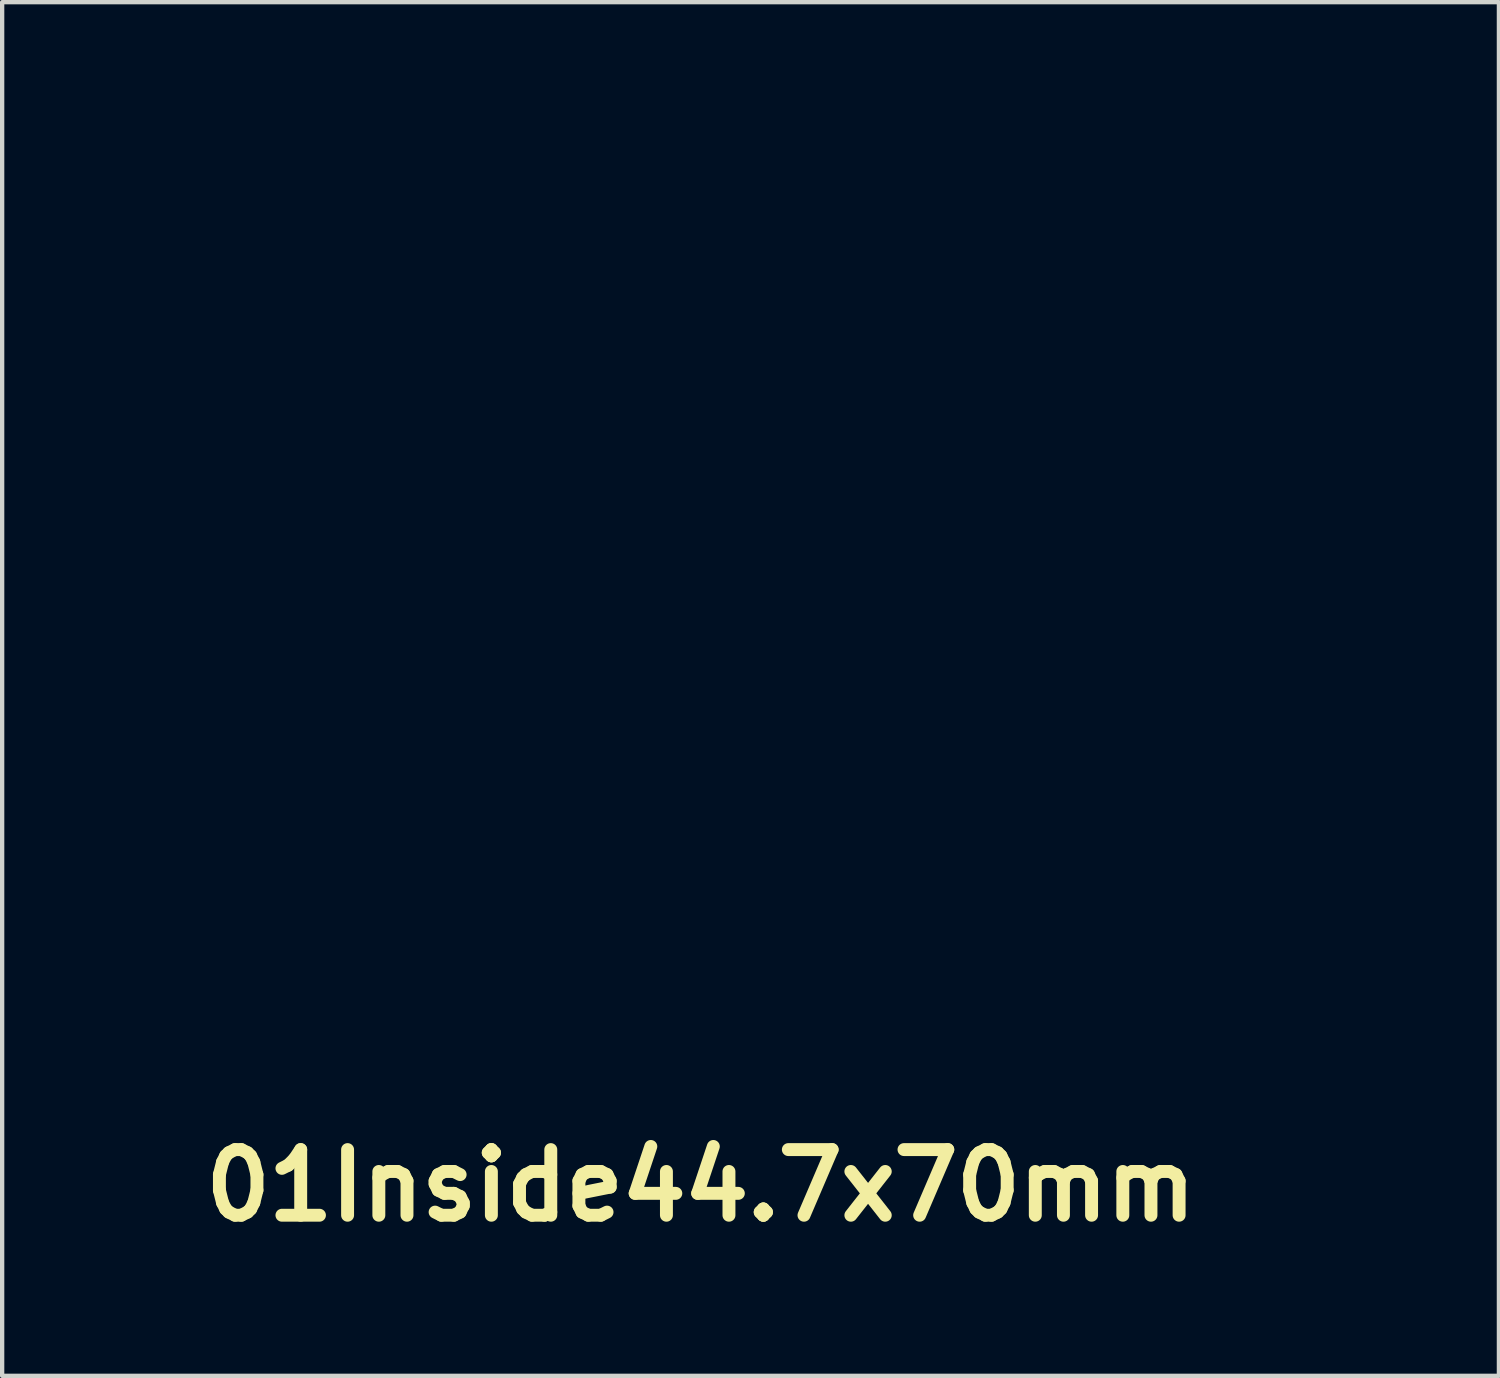
<source format=kicad_pcb>
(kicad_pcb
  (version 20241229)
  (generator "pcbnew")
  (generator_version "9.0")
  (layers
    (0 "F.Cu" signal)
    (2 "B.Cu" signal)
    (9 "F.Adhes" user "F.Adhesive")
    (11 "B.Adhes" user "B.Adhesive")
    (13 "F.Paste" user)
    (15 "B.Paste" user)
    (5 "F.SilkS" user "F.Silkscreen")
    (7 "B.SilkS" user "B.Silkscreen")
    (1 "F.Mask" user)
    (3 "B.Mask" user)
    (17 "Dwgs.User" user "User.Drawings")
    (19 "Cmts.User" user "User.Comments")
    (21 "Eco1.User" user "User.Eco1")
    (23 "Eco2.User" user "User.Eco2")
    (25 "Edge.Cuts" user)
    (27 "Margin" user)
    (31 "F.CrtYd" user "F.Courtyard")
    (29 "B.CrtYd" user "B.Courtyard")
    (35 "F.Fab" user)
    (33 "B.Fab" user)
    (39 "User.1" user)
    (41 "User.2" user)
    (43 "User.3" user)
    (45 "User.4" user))
  (footprint "01Inside44.7x70mm"
    (layer "F.Cu")
    (at 13.22 24.473)
    (property "Reference" "01Inside44.7x70mm" (at 0 0 0) (layer "F.SilkS") (effects (font (size 1.524 1.524) (thickness 0.3))))
    (attr board_only exclude_from_pos_files exclude_from_bom)
    (fp_poly (pts (xy -10.792 -5.832) (xy -10.847 -5.778) (xy -10.901 -5.832) (xy -10.847 -5.887)) (stroke (width 0) (type solid)) (fill yes) (layer "F.Mask"))
    (fp_poly (pts (xy -0.545 -3.107) (xy -0.6 -3.052) (xy -0.654 -3.107) (xy -0.6 -3.161)) (stroke (width 0) (type solid)) (fill yes) (layer "F.Mask"))
    (fp_poly (pts (xy 7.576 -5.297) (xy 8.063 -4.863) (xy 8.459 -4.287) (xy 8.727 -3.64) (xy 8.828 -2.992) (xy 8.828 -2.967) (xy 8.806 -2.598) (xy 8.728 -2.421) (xy 8.577 -2.433) (xy 8.331 -2.63) (xy 8.132 -2.834) (xy 7.604 -3.515) (xy 7.272 -4.232) (xy 7.139 -4.811) (xy 7.118 -5.196) (xy 7.198 -5.39) (xy 7.384 -5.398)) (stroke (width 0) (type solid)) (fill yes) (layer "F.Mask"))
    (fp_poly (pts (xy 9.239 -23.475) (xy 9.21 -22.96) (xy 9.155 -22.573) (xy 9.052 -22.227) (xy 8.88 -21.832) (xy 8.784 -21.634) (xy 8.299 -20.828) (xy 7.65 -20.055) (xy 7.612 -20.017) (xy 6.857 -19.241) (xy 6.93 -19.949) (xy 7.113 -21.064) (xy 7.424 -22.029) (xy 7.878 -22.882) (xy 8.493 -23.66) (xy 8.591 -23.763) (xy 9.278 -24.473)) (stroke (width 0) (type solid)) (fill yes) (layer "F.Mask"))
    (fp_poly (pts (xy -6.262 -23.839) (xy -5.581 -22.961) (xy -5.073 -21.952) (xy -4.803 -21.11) (xy -4.66 -20.5) (xy -4.561 -19.983) (xy -4.51 -19.59) (xy -4.51 -19.353) (xy -4.548 -19.295) (xy -4.664 -19.368) (xy -4.884 -19.56) (xy -5.164 -19.832) (xy -5.199 -19.868) (xy -5.933 -20.752) (xy -6.454 -21.683) (xy -6.764 -22.663) (xy -6.864 -23.695) (xy -6.86 -24.473)) (stroke (width 0) (type solid)) (fill yes) (layer "F.Mask"))
    (fp_poly (pts (xy -4.71 -5.465) (xy -4.7 -5.217) (xy -4.747 -4.865) (xy -4.842 -4.461) (xy -4.977 -4.057) (xy -5.048 -3.889) (xy -5.27 -3.494) (xy -5.573 -3.06) (xy -5.806 -2.78) (xy -6.074 -2.497) (xy -6.238 -2.362) (xy -6.332 -2.354) (xy -6.383 -2.433) (xy -6.427 -2.731) (xy -6.404 -3.152) (xy -6.324 -3.615) (xy -6.199 -4.041) (xy -6.123 -4.215) (xy -5.943 -4.493) (xy -5.681 -4.81) (xy -5.383 -5.121) (xy -5.097 -5.378) (xy -4.868 -5.534) (xy -4.784 -5.56)) (stroke (width 0) (type solid)) (fill yes) (layer "F.Mask"))
    (fp_poly (pts (xy -9.574 -13.367) (xy -9.208 -13.291) (xy -9.115 -13.268) (xy -8.735 -13.157) (xy -8.373 -13.021) (xy -8.077 -12.884) (xy -7.896 -12.768) (xy -7.873 -12.7) (xy -7.982 -12.657) (xy -8.258 -12.56) (xy -8.661 -12.421) (xy -9.152 -12.254) (xy -9.238 -12.225) (xy -10.199 -11.933) (xy -11.01 -11.762) (xy -11.701 -11.706) (xy -12.302 -11.764) (xy -12.591 -11.838) (xy -12.916 -11.95) (xy -13.152 -12.049) (xy -13.22 -12.09) (xy -13.181 -12.178) (xy -12.976 -12.319) (xy -12.646 -12.497) (xy -12.232 -12.693) (xy -11.773 -12.889) (xy -11.311 -13.065) (xy -10.885 -13.204) (xy -10.636 -13.268) (xy -10.195 -13.356) (xy -9.872 -13.389)) (stroke (width 0) (type solid)) (fill yes) (layer "F.Mask"))
    (fp_poly (pts (xy 12.011 -13.519) (xy 12.29 -13.448) (xy 12.706 -13.319) (xy 13.227 -13.144) (xy 13.761 -12.955) (xy 14.342 -12.737) (xy 14.841 -12.538) (xy 15.225 -12.373) (xy 15.464 -12.254) (xy 15.527 -12.198) (xy 15.362 -12.087) (xy 15.038 -11.976) (xy 14.614 -11.879) (xy 14.149 -11.809) (xy 13.702 -11.778) (xy 13.634 -11.777) (xy 13.217 -11.803) (xy 12.75 -11.884) (xy 12.184 -12.031) (xy 11.528 -12.234) (xy 11.018 -12.405) (xy 10.592 -12.556) (xy 10.288 -12.673) (xy 10.145 -12.742) (xy 10.138 -12.75) (xy 10.233 -12.812) (xy 10.488 -12.924) (xy 10.853 -13.066) (xy 11.005 -13.121) (xy 11.404 -13.272) (xy 11.714 -13.407) (xy 11.886 -13.503) (xy 11.904 -13.524)) (stroke (width 0) (type solid)) (fill yes) (layer "F.Mask"))
    (fp_poly (pts (xy -1.33 -22.194) (xy -1.066 -22.08) (xy -0.828 -21.968) (xy -0.129 -21.714) (xy 0.663 -21.57) (xy 1.483 -21.536) (xy 2.268 -21.614) (xy 2.954 -21.804) (xy 3.165 -21.901) (xy 3.577 -22.115) (xy 3.149 -21.189) (xy 2.923 -20.659) (xy 2.707 -20.087) (xy 2.541 -19.577) (xy 2.514 -19.479) (xy 2.416 -19.06) (xy 2.332 -18.613) (xy 2.269 -18.188) (xy 2.234 -17.837) (xy 2.232 -17.61) (xy 2.259 -17.551) (xy 2.319 -17.644) (xy 2.455 -17.9) (xy 2.649 -18.286) (xy 2.884 -18.766) (xy 3.013 -19.034) (xy 3.261 -19.545) (xy 3.478 -19.973) (xy 3.647 -20.286) (xy 3.749 -20.45) (xy 3.77 -20.467) (xy 3.777 -20.341) (xy 3.741 -20.073) (xy 3.698 -19.85) (xy 3.632 -19.376) (xy 3.652 -19.012) (xy 3.754 -18.796) (xy 3.866 -18.75) (xy 3.921 -18.694) (xy 3.886 -18.511) (xy 3.756 -18.174) (xy 3.645 -17.924) (xy 3.479 -17.532) (xy 3.369 -17.211) (xy 3.33 -17.015) (xy 3.337 -16.987) (xy 3.484 -16.92) (xy 3.665 -16.926) (xy 3.862 -16.948) (xy 3.924 -16.932) (xy 3.868 -16.826) (xy 3.722 -16.593) (xy 3.541 -16.32) (xy 3.158 -15.752) (xy 3.7 -15.72) (xy 4.069 -15.672) (xy 4.317 -15.557) (xy 4.519 -15.357) (xy 4.698 -15.11) (xy 4.792 -14.914) (xy 4.797 -14.884) (xy 4.895 -14.72) (xy 5.158 -14.624) (xy 5.362 -14.608) (xy 5.552 -14.678) (xy 5.835 -14.86) (xy 6.131 -15.102) (xy 6.764 -15.609) (xy 7.446 -16.023) (xy 8.218 -16.363) (xy 9.123 -16.647) (xy 10.193 -16.893) (xy 11.383 -17.219) (xy 12.426 -17.697) (xy 13.341 -18.335) (xy 13.541 -18.511) (xy 13.852 -18.789) (xy 14.017 -18.915) (xy 14.043 -18.895) (xy 13.976 -18.787) (xy 13.46 -18.188) (xy 12.805 -17.675) (xy 11.991 -17.24) (xy 11.002 -16.871) (xy 9.818 -16.559) (xy 9.811 -16.558) (xy 9.263 -16.417) (xy 8.704 -16.244) (xy 8.231 -16.068) (xy 8.107 -16.013) (xy 7.632 -15.762) (xy 7.131 -15.452) (xy 6.657 -15.119) (xy 6.261 -14.801) (xy 5.994 -14.533) (xy 5.951 -14.474) (xy 5.869 -14.271) (xy 5.775 -13.92) (xy 5.678 -13.478) (xy 5.59 -13.003) (xy 5.521 -12.554) (xy 5.481 -12.189) (xy 5.482 -11.965) (xy 5.488 -11.942) (xy 5.615 -11.834) (xy 5.874 -11.717) (xy 5.98 -11.682) (xy 6.28 -11.558) (xy 6.681 -11.346) (xy 7.11 -11.088) (xy 7.217 -11.017) (xy 7.531 -10.797) (xy 7.84 -10.553) (xy 8.169 -10.263) (xy 8.54 -9.903) (xy 8.979 -9.451) (xy 9.508 -8.883) (xy 10.151 -8.176) (xy 10.275 -8.038) (xy 10.68 -7.61) (xy 11.082 -7.232) (xy 11.527 -6.87) (xy 12.062 -6.486) (xy 12.731 -6.044) (xy 12.928 -5.918) (xy 13.009 -5.85) (xy 12.932 -5.855) (xy 12.739 -5.917) (xy 12.471 -6.02) (xy 12.17 -6.149) (xy 11.877 -6.288) (xy 11.668 -6.4) (xy 11.46 -6.552) (xy 11.124 -6.836) (xy 10.685 -7.227) (xy 10.169 -7.702) (xy 9.601 -8.238) (xy 9.008 -8.813) (xy 8.994 -8.827) (xy 8.209 -9.588) (xy 7.552 -10.201) (xy 7.005 -10.681) (xy 6.55 -11.04) (xy 6.167 -11.294) (xy 5.839 -11.455) (xy 5.547 -11.537) (xy 5.326 -11.555) (xy 5.055 -11.478) (xy 4.67 -11.243) (xy 4.262 -10.929) (xy 3.901 -10.628) (xy 3.677 -10.416) (xy 3.556 -10.242) (xy 3.506 -10.055) (xy 3.494 -9.806) (xy 3.493 -9.743) (xy 3.52 -9.406) (xy 3.596 -8.927) (xy 3.705 -8.373) (xy 3.835 -7.811) (xy 3.97 -7.309) (xy 4.094 -6.937) (xy 4.131 -6.799) (xy 4.039 -6.809) (xy 3.949 -6.855) (xy 3.731 -6.917) (xy 3.557 -6.812) (xy 3.422 -6.565) (xy 3.326 -6.172) (xy 3.281 -5.705) (xy 3.298 -5.234) (xy 3.302 -5.198) (xy 3.321 -5.007) (xy 3.306 -4.939) (xy 3.24 -5.012) (xy 3.11 -5.244) (xy 2.901 -5.652) (xy 2.872 -5.709) (xy 2.626 -6.236) (xy 2.395 -6.8) (xy 2.217 -7.306) (xy 2.174 -7.453) (xy 1.966 -8.23) (xy 2.005 -6.977) (xy 2.036 -6.343) (xy 2.094 -5.81) (xy 2.194 -5.286) (xy 2.352 -4.683) (xy 2.429 -4.415) (xy 2.574 -3.918) (xy 2.691 -3.505) (xy 2.769 -3.217) (xy 2.797 -3.093) (xy 2.797 -3.091) (xy 2.736 -3.166) (xy 2.597 -3.374) (xy 2.485 -3.553) (xy 2.077 -4.051) (xy 1.591 -4.361) (xy 1.049 -4.469) (xy 1.042 -4.469) (xy 0.803 -4.451) (xy 0.598 -4.374) (xy 0.372 -4.204) (xy 0.067 -3.907) (xy 0.016 -3.854) (xy -0.248 -3.595) (xy -0.431 -3.443) (xy -0.505 -3.419) (xy -0.5 -3.445) (xy -0.365 -3.851) (xy -0.229 -4.365) (xy -0.096 -4.951) (xy 0.027 -5.573) (xy 0.135 -6.196) (xy 0.222 -6.784) (xy 0.281 -7.3) (xy 0.308 -7.71) (xy 0.296 -7.977) (xy 0.244 -8.066) (xy 0.173 -7.967) (xy 0.052 -7.691) (xy -0.107 -7.271) (xy -0.292 -6.74) (xy -0.491 -6.131) (xy -0.691 -5.479) (xy -0.817 -5.101) (xy -0.936 -4.822) (xy -1.024 -4.692) (xy -1.036 -4.688) (xy -1.087 -4.792) (xy -1.112 -5.086) (xy -1.111 -5.546) (xy -1.107 -5.656) (xy -1.107 -6.311) (xy -1.167 -6.756) (xy -1.287 -6.992) (xy -1.467 -7.018) (xy -1.469 -7.017) (xy -1.632 -6.87) (xy -1.693 -6.747) (xy -1.788 -6.605) (xy -1.863 -6.601) (xy -1.927 -6.717) (xy -1.917 -6.744) (xy -1.852 -6.91) (xy -1.754 -7.232) (xy -1.635 -7.666) (xy -1.505 -8.17) (xy -1.374 -8.7) (xy -1.253 -9.213) (xy -1.152 -9.666) (xy -1.083 -10.015) (xy -1.055 -10.218) (xy -1.06 -10.251) (xy -1.401 -10.529) (xy -1.801 -10.824) (xy -2.216 -11.105) (xy -2.596 -11.34) (xy -2.896 -11.5) (xy -3.062 -11.554) (xy -3.486 -11.468) (xy -4.015 -11.223) (xy -4.622 -10.838) (xy -5.284 -10.332) (xy -5.977 -9.722) (xy -6.675 -9.026) (xy -7.094 -8.567) (xy -7.513 -8.107) (xy -7.942 -7.663) (xy -8.331 -7.285) (xy -8.631 -7.023) (xy -8.636 -7.019) (xy -8.953 -6.793) (xy -9.335 -6.55) (xy -9.737 -6.316) (xy -10.114 -6.114) (xy -10.419 -5.971) (xy -10.608 -5.911) (xy -10.642 -5.918) (xy -10.58 -5.994) (xy -10.375 -6.155) (xy -10.069 -6.367) (xy -10.004 -6.41) (xy -9.643 -6.663) (xy -9.258 -6.971) (xy -8.825 -7.354) (xy -8.322 -7.833) (xy -7.726 -8.43) (xy -7.015 -9.164) (xy -6.813 -9.376) (xy -5.942 -10.231) (xy -5.14 -10.892) (xy -4.394 -11.369) (xy -3.845 -11.618) (xy -3.529 -11.742) (xy -3.301 -11.845) (xy -3.239 -11.882) (xy -3.229 -12.011) (xy -3.263 -12.307) (xy -3.337 -12.725) (xy -3.437 -13.2) (xy -3.562 -13.736) (xy -3.664 -14.11) (xy -3.768 -14.374) (xy -3.898 -14.58) (xy -4.077 -14.779) (xy -4.263 -14.959) (xy -4.959 -15.499) (xy -5.816 -15.966) (xy -6.781 -16.335) (xy -7.685 -16.562) (xy -8.826 -16.831) (xy -9.778 -17.177) (xy -10.564 -17.609) (xy -11.202 -18.137) (xy -11.394 -18.346) (xy -11.632 -18.646) (xy -11.715 -18.802) (xy -11.653 -18.811) (xy -11.454 -18.674) (xy -11.129 -18.388) (xy -11.119 -18.379) (xy -10.401 -17.837) (xy -9.513 -17.382) (xy -8.491 -17.032) (xy -7.893 -16.891) (xy -6.756 -16.624) (xy -5.805 -16.308) (xy -5.007 -15.93) (xy -4.333 -15.475) (xy -3.821 -15.004) (xy -3.466 -14.706) (xy -3.149 -14.608) (xy -3.144 -14.608) (xy -2.946 -14.625) (xy -2.787 -14.705) (xy -2.621 -14.887) (xy -2.398 -15.211) (xy -2.366 -15.262) (xy -2.181 -15.503) (xy -1.979 -15.623) (xy -1.666 -15.672) (xy -1.604 -15.677) (xy -1.304 -15.715) (xy -1.118 -15.774) (xy -1.09 -15.807) (xy -1.143 -15.944) (xy -1.281 -16.208) (xy -1.472 -16.537) (xy -1.671 -16.885) (xy -1.753 -17.091) (xy -1.731 -17.188) (xy -1.69 -17.205) (xy -1.571 -17.282) (xy -1.536 -17.464) (xy -1.586 -17.783) (xy -1.722 -18.268) (xy -1.733 -18.304) (xy -1.826 -18.644) (xy -1.866 -18.883) (xy -1.848 -18.968) (xy -1.712 -18.89) (xy -1.69 -18.859) (xy -1.542 -18.754) (xy -1.51 -18.75) (xy -1.458 -18.847) (xy -1.44 -19.094) (xy -1.454 -19.427) (xy -1.497 -19.781) (xy -1.564 -20.092) (xy -1.579 -20.14) (xy -1.605 -20.331) (xy -1.555 -20.385) (xy -1.473 -20.292) (xy -1.319 -20.036) (xy -1.112 -19.651) (xy -0.871 -19.172) (xy -0.76 -18.941) (xy -0.496 -18.408) (xy -0.28 -18.005) (xy -0.123 -17.753) (xy -0.037 -17.673) (xy -0.027 -17.688) (xy -0.012 -18.058) (xy -0.086 -18.574) (xy -0.233 -19.194) (xy -0.441 -19.87) (xy -0.694 -20.559) (xy -0.98 -21.215) (xy -1.273 -21.772) (xy -1.414 -22.037) (xy -1.476 -22.206) (xy -1.466 -22.239)) (stroke (width 0) (type solid)) (fill yes) (layer "F.Mask")))
  (gr_rect
    (start -3 -3)
    (end 31.748 28.891)
    (stroke (width 0.1) (type default))
    (fill no)
    (layer "Edge.Cuts")))
</source>
